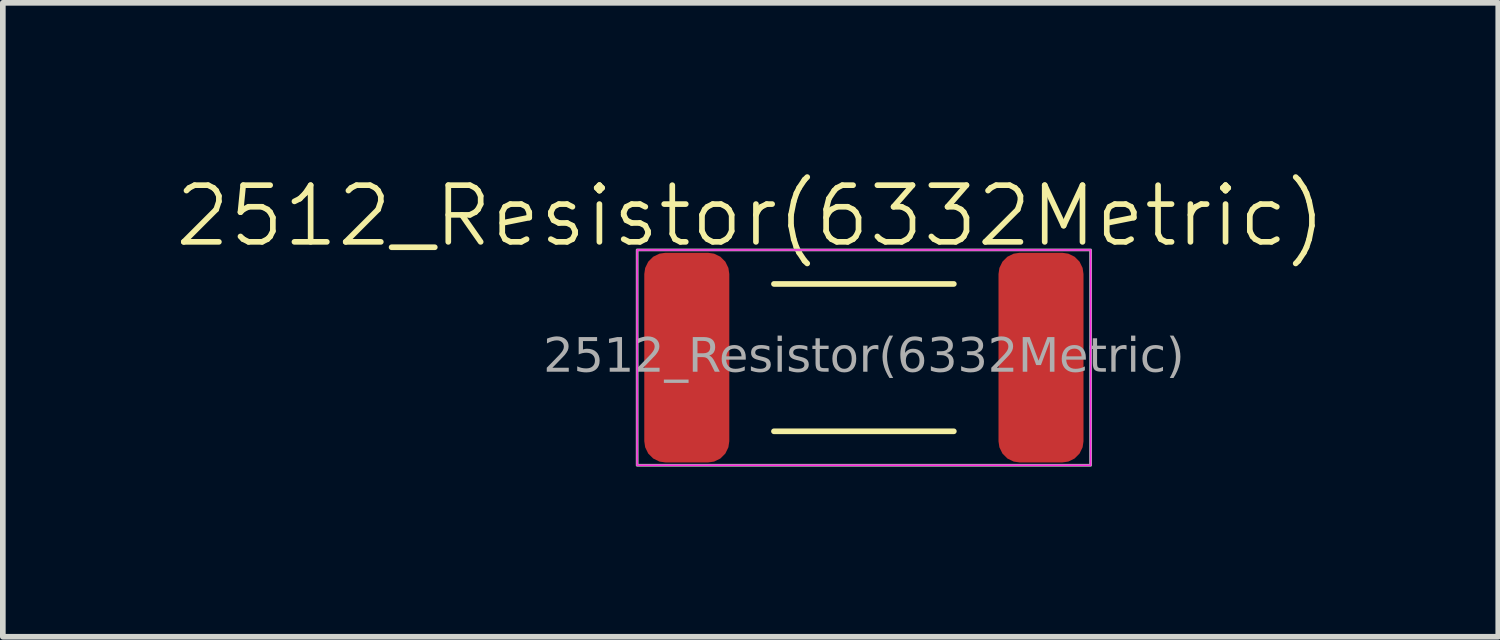
<source format=kicad_pcb>
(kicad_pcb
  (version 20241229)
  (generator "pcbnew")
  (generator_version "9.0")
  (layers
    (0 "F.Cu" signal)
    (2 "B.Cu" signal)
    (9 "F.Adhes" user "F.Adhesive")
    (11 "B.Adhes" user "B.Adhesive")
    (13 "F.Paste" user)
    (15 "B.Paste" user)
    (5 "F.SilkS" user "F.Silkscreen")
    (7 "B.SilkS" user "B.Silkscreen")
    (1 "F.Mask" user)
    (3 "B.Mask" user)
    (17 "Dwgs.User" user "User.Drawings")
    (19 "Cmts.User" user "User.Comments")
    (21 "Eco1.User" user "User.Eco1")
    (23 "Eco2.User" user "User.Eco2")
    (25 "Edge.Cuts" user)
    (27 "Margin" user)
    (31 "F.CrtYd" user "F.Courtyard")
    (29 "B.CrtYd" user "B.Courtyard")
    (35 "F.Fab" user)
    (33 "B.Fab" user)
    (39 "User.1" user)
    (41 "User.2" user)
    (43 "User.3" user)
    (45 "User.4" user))
  (footprint "2512_Resistor(6332Metric)"
    (layer "F.Cu")
    (at 12.193 3.26)
    (property "Reference" "2512_Resistor(6332Metric)" (at -2 -2.5 0) (unlocked yes) (layer "F.SilkS") (effects (font (size 1 1) (thickness 0.1))))
    (attr smd)
    (fp_line (start 1.587 -1.3) (end -1.587 -1.3) (stroke (width 0.1) (type default)) (layer "F.SilkS"))
    (fp_line (start 1.587 1.3) (end -1.587 1.3) (stroke (width 0.1) (type default)) (layer "F.SilkS"))
    (fp_rect (start -4 -1.9) (end 4 1.9) (stroke (width 0.025) (type default)) (fill no) (layer "F.CrtYd"))
    (fp_rect (start -4 -1.9) (end 4 1.9) (stroke (width 0.05) (type default)) (fill no) (layer "F.Fab"))
    (fp_text user "${REFERENCE}" (at 0 0 0) (unlocked yes) (layer "F.Fab") (effects (font (face "Arial") (size 0.6 0.6) (thickness 0.15))))
    (pad "1" smd roundrect (at -3.125 0) (size 1.5 3.7) (layers "F.Cu" "F.Mask" "F.Paste") (roundrect_rratio 0.25))
    (pad "2" smd roundrect (at 3.125 0) (size 1.5 3.7) (layers "F.Cu" "F.Mask" "F.Paste") (roundrect_rratio 0.25)))
  (gr_rect
    (start -3 -3)
    (end 23.386 8.185)
    (stroke (width 0.1) (type default))
    (fill no)
    (layer "Edge.Cuts")))
</source>
